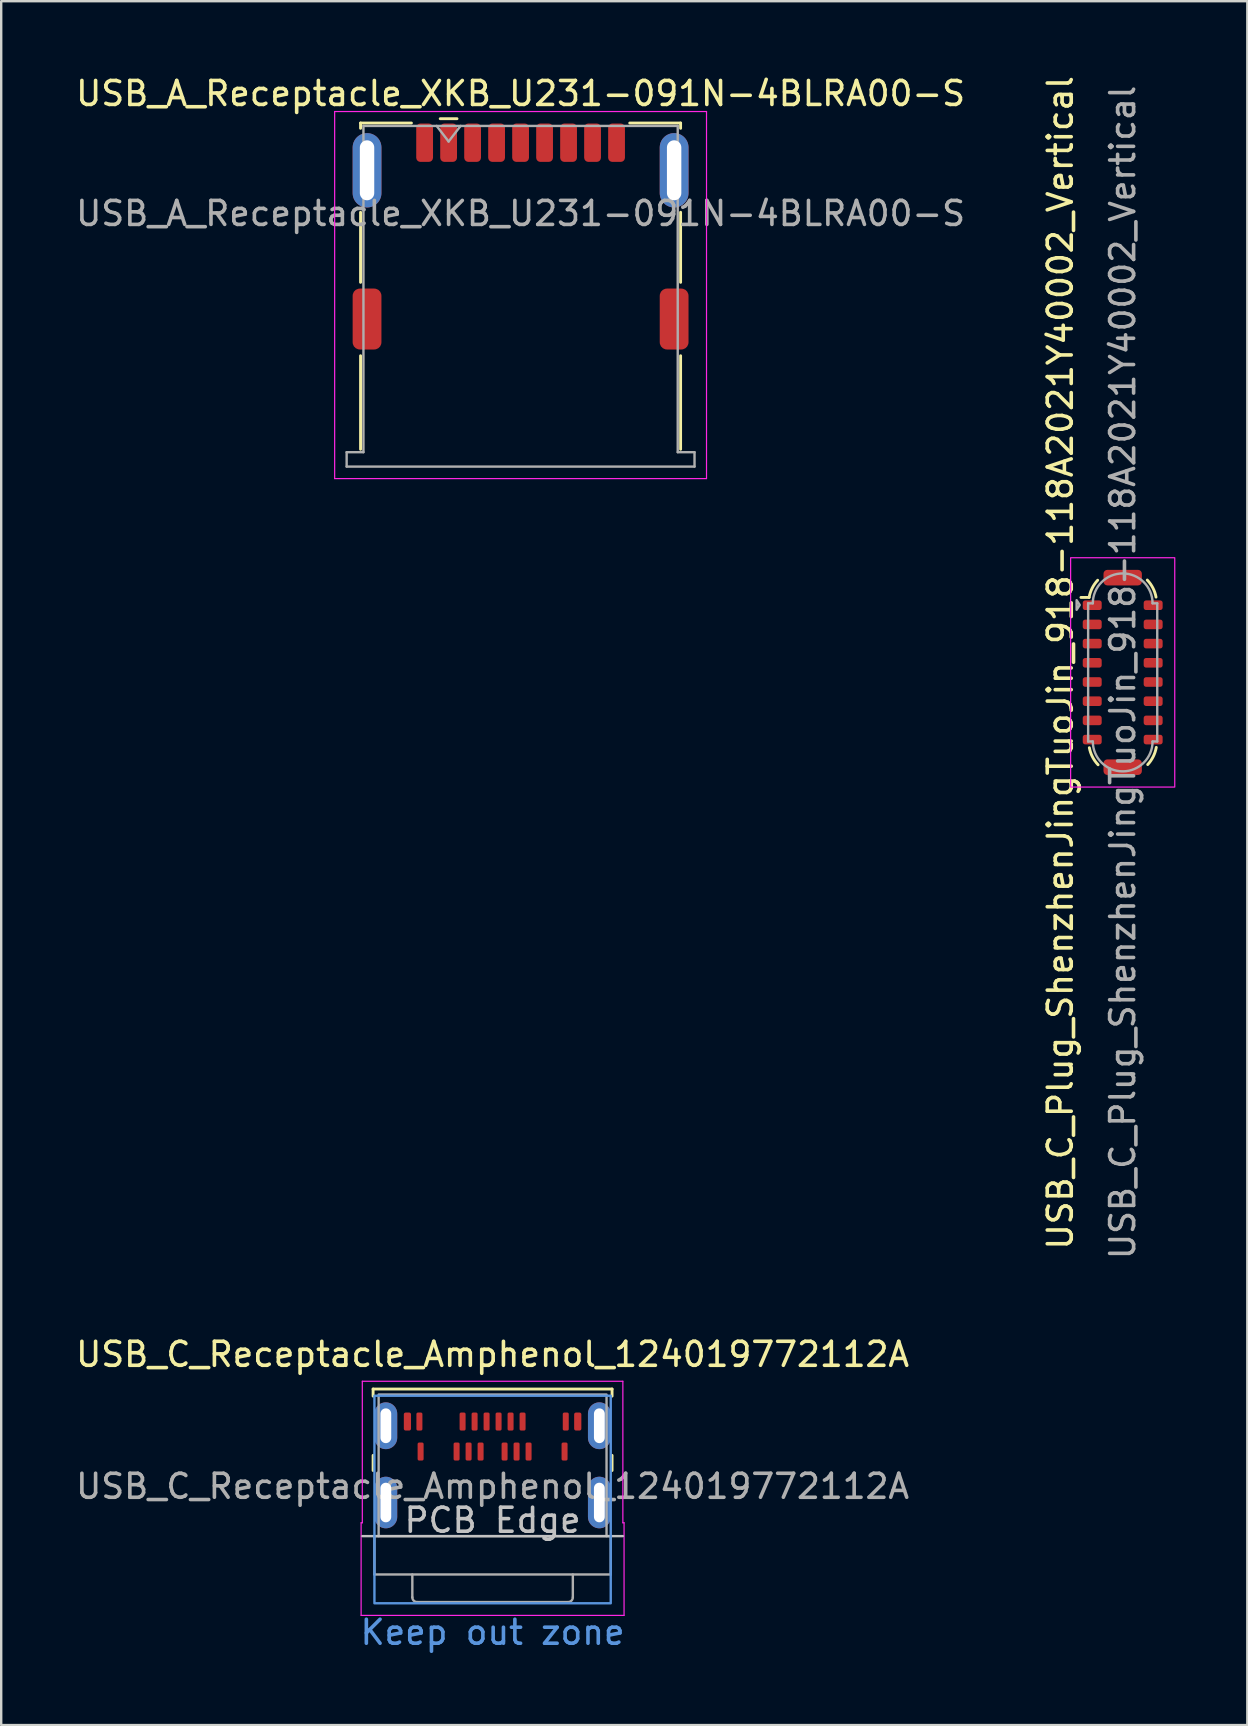
<source format=kicad_pcb>
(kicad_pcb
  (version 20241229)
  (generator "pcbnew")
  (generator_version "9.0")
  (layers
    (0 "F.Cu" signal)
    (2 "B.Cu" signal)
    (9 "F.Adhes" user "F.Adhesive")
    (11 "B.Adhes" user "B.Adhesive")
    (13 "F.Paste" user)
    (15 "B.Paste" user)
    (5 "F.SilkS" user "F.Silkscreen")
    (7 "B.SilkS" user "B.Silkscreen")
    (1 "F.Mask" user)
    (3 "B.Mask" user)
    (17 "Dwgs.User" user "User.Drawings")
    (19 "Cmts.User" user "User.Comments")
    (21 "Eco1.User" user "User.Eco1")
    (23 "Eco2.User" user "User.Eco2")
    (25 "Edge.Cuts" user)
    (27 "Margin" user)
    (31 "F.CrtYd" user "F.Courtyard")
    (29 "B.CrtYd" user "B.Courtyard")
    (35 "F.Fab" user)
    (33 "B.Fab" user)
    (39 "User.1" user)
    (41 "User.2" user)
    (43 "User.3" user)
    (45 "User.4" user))
  (footprint "USB_C_Plug_ShenzhenJingTuoJin_918-118A2021Y40002_Vertical"
    (layer "F.Cu")
    (at 43.746 24.977)
    (property "Reference" "USB_C_Plug_ShenzhenJingTuoJin_918-118A2021Y40002_Vertical" (at -2.6 -0.4 90) (unlocked yes) (layer "F.SilkS") (effects (font (size 1 1) (thickness 0.15))))
    (attr smd)
    (fp_line (start -1.74 -3.125) (end -1.4 -3.125) (stroke (width 0.12) (type default)) (layer "F.SilkS"))
    (fp_arc (start -1.4 -3.125) (mid -1.273005 -3.509002) (end -1.043045 -3.841725) (stroke (width 0.12) (type solid)) (layer "F.SilkS"))
    (fp_arc (start -1.025 3.85) (mid -1.258743 3.520613) (end -1.389879 3.138598) (stroke (width 0.12) (type solid)) (layer "F.SilkS"))
    (fp_arc (start 1.025 -3.85) (mid 1.258743 -3.520613) (end 1.389879 -3.138598) (stroke (width 0.12) (type solid)) (layer "F.SilkS"))
    (fp_arc (start 1.4 3.125) (mid 1.273005 3.509002) (end 1.043045 3.841725) (stroke (width 0.12) (type solid)) (layer "F.SilkS"))
    (fp_rect (start -2.17 4.78) (end 2.17 -4.78) (stroke (width 0.05) (type solid)) (fill no) (layer "F.CrtYd"))
    (fp_line (start -1.44 -2.88) (end -1.245 -2.88) (stroke (width 0.1) (type solid)) (layer "F.Fab"))
    (fp_line (start -1.44 2.88) (end -1.44 -2.88) (stroke (width 0.1) (type solid)) (layer "F.Fab"))
    (fp_line (start -1.245 2.88) (end -1.44 2.88) (stroke (width 0.1) (type solid)) (layer "F.Fab"))
    (fp_line (start 1.245 -2.88) (end 1.44 -2.88) (stroke (width 0.1) (type solid)) (layer "F.Fab"))
    (fp_line (start 1.44 -2.88) (end 1.44 2.88) (stroke (width 0.1) (type solid)) (layer "F.Fab"))
    (fp_line (start 1.44 2.88) (end 1.245 2.88) (stroke (width 0.1) (type solid)) (layer "F.Fab"))
    (fp_arc (start -1.245 -2.88) (mid 0 -4.125) (end 1.245 -2.88) (stroke (width 0.1) (type solid)) (layer "F.Fab"))
    (fp_arc (start 1.245 2.88) (mid 0 4.125) (end -1.245 2.88) (stroke (width 0.1) (type solid)) (layer "F.Fab"))
    (fp_poly (pts (xy -1.92 -3.01) (xy -1.79 -2.81) (xy -1.92 -2.61) (xy -1.92 -2.99)) (stroke (width 0.1) (type solid)) (fill no) (layer "F.Fab"))
    (fp_text user "${REFERENCE}" (at 0 0 90) (unlocked yes) (layer "F.Fab") (effects (font (size 1 1) (thickness 0.15))))
    (pad "A1" smd roundrect (at -1.27 -2.8 90) (size 0.4 0.79) (layers "F.Cu" "F.Mask" "F.Paste") (roundrect_rratio 0.25))
    (pad "A4" smd roundrect (at -1.27 -2 90) (size 0.4 0.79) (layers "F.Cu" "F.Mask" "F.Paste") (roundrect_rratio 0.25))
    (pad "A5" smd roundrect (at -1.27 -1.2 90) (size 0.4 0.79) (layers "F.Cu" "F.Mask" "F.Paste") (roundrect_rratio 0.25))
    (pad "A6" smd roundrect (at -1.27 -0.4 90) (size 0.4 0.79) (layers "F.Cu" "F.Mask" "F.Paste") (roundrect_rratio 0.25))
    (pad "A7" smd roundrect (at -1.27 0.4 90) (size 0.4 0.79) (layers "F.Cu" "F.Mask" "F.Paste") (roundrect_rratio 0.25))
    (pad "A8" smd roundrect (at -1.27 1.2 90) (size 0.4 0.79) (layers "F.Cu" "F.Mask" "F.Paste") (roundrect_rratio 0.25))
    (pad "A9" smd roundrect (at -1.27 2 90) (size 0.4 0.79) (layers "F.Cu" "F.Mask" "F.Paste") (roundrect_rratio 0.25))
    (pad "A12" smd roundrect (at -1.27 2.8 90) (size 0.4 0.79) (layers "F.Cu" "F.Mask" "F.Paste") (roundrect_rratio 0.25))
    (pad "B1" smd roundrect (at 1.27 2.8 90) (size 0.4 0.79) (layers "F.Cu" "F.Mask" "F.Paste") (roundrect_rratio 0.25))
    (pad "B4" smd roundrect (at 1.27 2 90) (size 0.4 0.79) (layers "F.Cu" "F.Mask" "F.Paste") (roundrect_rratio 0.25))
    (pad "B5" smd roundrect (at 1.27 1.2 90) (size 0.4 0.79) (layers "F.Cu" "F.Mask" "F.Paste") (roundrect_rratio 0.25))
    (pad "B6" smd roundrect (at 1.27 0.4 90) (size 0.4 0.79) (layers "F.Cu" "F.Mask" "F.Paste") (roundrect_rratio 0.25))
    (pad "B7" smd roundrect (at 1.27 -0.4 90) (size 0.4 0.79) (layers "F.Cu" "F.Mask" "F.Paste") (roundrect_rratio 0.25))
    (pad "B8" smd roundrect (at 1.27 -1.2 90) (size 0.4 0.79) (layers "F.Cu" "F.Mask" "F.Paste") (roundrect_rratio 0.25))
    (pad "B9" smd roundrect (at 1.27 -2 90) (size 0.4 0.79) (layers "F.Cu" "F.Mask" "F.Paste") (roundrect_rratio 0.25))
    (pad "B12" smd roundrect (at 1.27 -2.8 90) (size 0.4 0.79) (layers "F.Cu" "F.Mask" "F.Paste") (roundrect_rratio 0.25))
    (pad "SH" smd roundrect (at 0 -3.95 90) (size 0.65 1.6) (layers "F.Cu" "F.Mask" "F.Paste") (roundrect_rratio 0.25))
    (pad "SH" smd roundrect (at 0 3.95 90) (size 0.65 1.6) (layers "F.Cu" "F.Mask" "F.Paste") (roundrect_rratio 0.25)))
  (footprint "USB_C_Receptacle_Amphenol_124019772112A"
    (layer "F.Cu")
    (at 17.482 59.403)
    (property "Reference" "USB_C_Receptacle_Amphenol_124019772112A" (at 0 -6 0) (unlocked yes) (layer "F.SilkS") (effects (font (size 1 1) (thickness 0.15))))
    (attr smd)
    (fp_line (start -4.98 -4.555) (end -4.98 -4.26) (stroke (width 0.12) (type default)) (layer "F.SilkS"))
    (fp_line (start -4.98 -1.16) (end -4.98 -1.79) (stroke (width 0.12) (type default)) (layer "F.SilkS"))
    (fp_line (start 4.98 -4.555) (end -4.98 -4.555) (stroke (width 0.12) (type default)) (layer "F.SilkS"))
    (fp_line (start 4.98 -4.26) (end 4.98 -4.555) (stroke (width 0.12) (type default)) (layer "F.SilkS"))
    (fp_line (start 4.98 -1.16) (end 4.98 -1.79) (stroke (width 0.12) (type default)) (layer "F.SilkS"))
    (fp_line (start -5.43 1.575) (end 5.43 1.575) (stroke (width 0.1) (type default)) (layer "Dwgs.User"))
    (fp_rect (start -4.925 -4.275) (end 4.925 4.375) (stroke (width 0.1) (type default)) (fill no) (layer "Cmts.User"))
    (fp_line (start -5.48 1.02) (end -5.43 1.02) (stroke (width 0.05) (type default)) (layer "F.CrtYd"))
    (fp_line (start -5.48 4.88) (end -5.48 1.02) (stroke (width 0.05) (type default)) (layer "F.CrtYd"))
    (fp_line (start -5.43 -4.88) (end 5.43 -4.88) (stroke (width 0.05) (type default)) (layer "F.CrtYd"))
    (fp_line (start -5.43 1.02) (end -5.43 -4.88) (stroke (width 0.05) (type default)) (layer "F.CrtYd"))
    (fp_line (start 5.43 -4.88) (end 5.43 1.02) (stroke (width 0.05) (type default)) (layer "F.CrtYd"))
    (fp_line (start 5.43 1.02) (end 5.48 1.02) (stroke (width 0.05) (type default)) (layer "F.CrtYd"))
    (fp_line (start 5.48 1.02) (end 5.48 4.88) (stroke (width 0.05) (type default)) (layer "F.CrtYd"))
    (fp_line (start 5.48 4.88) (end -5.48 4.88) (stroke (width 0.05) (type default)) (layer "F.CrtYd"))
    (fp_line (start -4.925 1.575) (end -4.75 1.575) (stroke (width 0.1) (type default)) (layer "F.Fab"))
    (fp_line (start -4.925 3.175) (end -4.925 1.575) (stroke (width 0.1) (type default)) (layer "F.Fab"))
    (fp_line (start -4.925 3.175) (end 4.925 3.175) (stroke (width 0.1) (type default)) (layer "F.Fab"))
    (fp_line (start -3.345 3.175) (end -3.345 4.125) (stroke (width 0.1) (type default)) (layer "F.Fab"))
    (fp_line (start -3.145 4.325) (end 3.145 4.325) (stroke (width 0.1) (type default)) (layer "F.Fab"))
    (fp_line (start 3.345 4.125) (end 3.345 3.175) (stroke (width 0.1) (type default)) (layer "F.Fab"))
    (fp_line (start 4.925 1.575) (end 4.75 1.575) (stroke (width 0.1) (type default)) (layer "F.Fab"))
    (fp_line (start 4.925 3.175) (end 4.925 1.575) (stroke (width 0.1) (type default)) (layer "F.Fab"))
    (fp_rect (start -4.75 -4.325) (end 4.75 1.575) (stroke (width 0.1) (type default)) (fill no) (layer "F.Fab"))
    (fp_arc (start -3.145 4.325) (mid -3.286421 4.266421) (end -3.345 4.125) (stroke (width 0.1) (type default)) (layer "F.Fab"))
    (fp_arc (start 3.345 4.125) (mid 3.286421 4.266421) (end 3.145 4.325) (stroke (width 0.1) (type default)) (layer "F.Fab"))
    (fp_text user "PCB Edge" (at 0 1.5 0) (unlocked yes) (layer "Dwgs.User") (effects (font (size 1 1) (thickness 0.15)) (justify bottom)))
    (fp_text user "Keep out zone" (at 0 5 0) (unlocked yes) (layer "Cmts.User") (effects (font (size 1 1) (thickness 0.15)) (justify top)))
    (fp_text user "${REFERENCE}" (at 0 -0.5 0) (unlocked yes) (layer "F.Fab") (effects (font (size 1 1) (thickness 0.15))))
    (pad "A1" smd roundrect (at -3.55 -3.2) (size 0.3 0.75) (layers "F.Cu" "F.Mask" "F.Paste") (roundrect_rratio 0.25))
    (pad "A1" smd roundrect (at -3.05 -3.2) (size 0.25 0.75) (layers "F.Cu" "F.Mask" "F.Paste") (roundrect_rratio 0.25))
    (pad "A1" smd roundrect (at 3.55 -3.2) (size 0.3 0.75) (layers "F.Cu" "F.Mask" "F.Paste") (roundrect_rratio 0.25))
    (pad "A4" smd roundrect (at -1.25 -3.2) (size 0.25 0.75) (layers "F.Cu" "F.Mask" "F.Paste") (roundrect_rratio 0.25))
    (pad "A5" smd roundrect (at -0.75 -3.2) (size 0.25 0.75) (layers "F.Cu" "F.Mask" "F.Paste") (roundrect_rratio 0.25))
    (pad "A6" smd roundrect (at -0.25 -3.2) (size 0.25 0.75) (layers "F.Cu" "F.Mask" "F.Paste") (roundrect_rratio 0.25))
    (pad "A7" smd roundrect (at 0.25 -3.2) (size 0.25 0.75) (layers "F.Cu" "F.Mask" "F.Paste") (roundrect_rratio 0.25))
    (pad "A8" smd roundrect (at 0.75 -3.2) (size 0.25 0.75) (layers "F.Cu" "F.Mask" "F.Paste") (roundrect_rratio 0.25))
    (pad "A9" smd roundrect (at 1.25 -3.2) (size 0.25 0.75) (layers "F.Cu" "F.Mask" "F.Paste") (roundrect_rratio 0.25))
    (pad "A12" smd roundrect (at 3.05 -3.2) (size 0.25 0.75) (layers "F.Cu" "F.Mask" "F.Paste") (roundrect_rratio 0.25))
    (pad "B1" smd roundrect (at 3 -1.95) (size 0.25 0.75) (layers "F.Cu" "F.Mask" "F.Paste") (roundrect_rratio 0.25))
    (pad "B4" smd roundrect (at 1.5 -1.95) (size 0.25 0.75) (layers "F.Cu" "F.Mask" "F.Paste") (roundrect_rratio 0.25))
    (pad "B5" smd roundrect (at 1 -1.95) (size 0.25 0.75) (layers "F.Cu" "F.Mask" "F.Paste") (roundrect_rratio 0.25))
    (pad "B6" smd roundrect (at 0.5 -1.95) (size 0.25 0.75) (layers "F.Cu" "F.Mask" "F.Paste") (roundrect_rratio 0.25))
    (pad "B7" smd roundrect (at -0.5 -1.95) (size 0.25 0.75) (layers "F.Cu" "F.Mask" "F.Paste") (roundrect_rratio 0.25))
    (pad "B8" smd roundrect (at -1 -1.95) (size 0.25 0.75) (layers "F.Cu" "F.Mask" "F.Paste") (roundrect_rratio 0.25))
    (pad "B9" smd roundrect (at -1.5 -1.95) (size 0.25 0.75) (layers "F.Cu" "F.Mask" "F.Paste") (roundrect_rratio 0.25))
    (pad "B12" smd roundrect (at -3 -1.95) (size 0.25 0.75) (layers "F.Cu" "F.Mask" "F.Paste") (roundrect_rratio 0.25))
    (pad "S1" thru_hole oval (at -4.45 -3.025) (size 0.95 1.95) (drill oval 0.45 1.45) (property pad_prop_heatsink) (layers "*.Cu" "*.Mask"))
    (pad "S1" thru_hole oval (at -4.45 0.175) (size 0.95 2.15) (drill oval 0.45 1.65) (property pad_prop_heatsink) (layers "*.Cu" "*.Mask"))
    (pad "S1" thru_hole oval (at 4.45 -3.025) (size 0.95 1.95) (drill oval 0.45 1.45) (property pad_prop_heatsink) (layers "*.Cu" "*.Mask"))
    (pad "S1" thru_hole oval (at 4.45 0.175) (size 0.95 2.15) (drill oval 0.45 1.65) (property pad_prop_heatsink) (layers "*.Cu" "*.Mask")))
  (footprint "USB_A_Receptacle_XKB_U231-091N-4BLRA00-S"
    (layer "F.Cu")
    (at 18.649 9.298)
    (property "Reference" "USB_A_Receptacle_XKB_U231-091N-4BLRA00-S" (at 0 -8.45 0) (layer "F.SilkS") (effects (font (size 1 1) (thickness 0.15))))
    (attr smd)
    (fp_line (start -6.67 -7.22) (end -4.55 -7.22) (stroke (width 0.12) (type solid)) (layer "F.SilkS"))
    (fp_line (start -6.67 -7) (end -6.67 -7.22) (stroke (width 0.12) (type solid)) (layer "F.SilkS"))
    (fp_line (start -6.67 -3.5) (end -6.67 -0.58) (stroke (width 0.12) (type solid)) (layer "F.SilkS"))
    (fp_line (start -6.67 2.48) (end -6.67 6.38) (stroke (width 0.12) (type default)) (layer "F.SilkS"))
    (fp_line (start -3.35 -7.4) (end -2.65 -7.4) (stroke (width 0.12) (type solid)) (layer "F.SilkS"))
    (fp_line (start 4.55 -7.22) (end 6.67 -7.22) (stroke (width 0.12) (type solid)) (layer "F.SilkS"))
    (fp_line (start 6.67 -7.22) (end 6.67 -7) (stroke (width 0.12) (type solid)) (layer "F.SilkS"))
    (fp_line (start 6.67 -3.5) (end 6.67 -0.58) (stroke (width 0.12) (type solid)) (layer "F.SilkS"))
    (fp_line (start 6.67 2.48) (end 6.67 6.38) (stroke (width 0.12) (type default)) (layer "F.SilkS"))
    (fp_line (start -7.75 -7.7) (end -7.75 7.6) (stroke (width 0.05) (type solid)) (layer "F.CrtYd"))
    (fp_line (start -7.75 7.6) (end 7.75 7.6) (stroke (width 0.05) (type solid)) (layer "F.CrtYd"))
    (fp_line (start 7.75 -7.7) (end -7.75 -7.7) (stroke (width 0.05) (type solid)) (layer "F.CrtYd"))
    (fp_line (start 7.75 7.6) (end 7.75 -7.7) (stroke (width 0.05) (type solid)) (layer "F.CrtYd"))
    (fp_line (start -7.25 6.5) (end -7.25 7.1) (stroke (width 0.1) (type solid)) (layer "F.Fab"))
    (fp_line (start -7.25 7.1) (end 7.25 7.1) (stroke (width 0.1) (type solid)) (layer "F.Fab"))
    (fp_line (start -6.55 -7.1) (end -6.55 6.5) (stroke (width 0.1) (type solid)) (layer "F.Fab"))
    (fp_line (start -6.55 6.5) (end -7.25 6.5) (stroke (width 0.1) (type solid)) (layer "F.Fab"))
    (fp_line (start -3.5 -7.1) (end -3 -6.45) (stroke (width 0.1) (type solid)) (layer "F.Fab"))
    (fp_line (start -3 -6.45) (end -2.5 -7.1) (stroke (width 0.1) (type solid)) (layer "F.Fab"))
    (fp_line (start 6.55 -7.1) (end -6.55 -7.1) (stroke (width 0.1) (type solid)) (layer "F.Fab"))
    (fp_line (start 6.55 6.5) (end 6.55 -7.1) (stroke (width 0.1) (type solid)) (layer "F.Fab"))
    (fp_line (start 6.55 6.5) (end 7.25 6.5) (stroke (width 0.1) (type solid)) (layer "F.Fab"))
    (fp_line (start 7.25 6.5) (end 7.25 7.1) (stroke (width 0.1) (type solid)) (layer "F.Fab"))
    (fp_text user "${REFERENCE}" (at 0 -3.45 0) (layer "F.Fab") (effects (font (size 1 1) (thickness 0.15))))
    (pad "1" smd roundrect (at -3 -6.4) (size 0.7 1.6) (layers "F.Cu" "F.Mask" "F.Paste") (roundrect_rratio 0.25))
    (pad "2" smd roundrect (at -1 -6.4) (size 0.7 1.6) (layers "F.Cu" "F.Mask" "F.Paste") (roundrect_rratio 0.25))
    (pad "3" smd roundrect (at 1 -6.4) (size 0.7 1.6) (layers "F.Cu" "F.Mask" "F.Paste") (roundrect_rratio 0.25))
    (pad "4" smd roundrect (at 3 -6.4) (size 0.7 1.6) (layers "F.Cu" "F.Mask" "F.Paste") (roundrect_rratio 0.25))
    (pad "5" smd roundrect (at 4 -6.4) (size 0.7 1.6) (layers "F.Cu" "F.Mask" "F.Paste") (roundrect_rratio 0.25))
    (pad "6" smd roundrect (at 2 -6.4) (size 0.7 1.6) (layers "F.Cu" "F.Mask" "F.Paste") (roundrect_rratio 0.25))
    (pad "7" smd roundrect (at 0 -6.4) (size 0.7 1.6) (layers "F.Cu" "F.Mask" "F.Paste") (roundrect_rratio 0.25))
    (pad "8" smd roundrect (at -2 -6.4) (size 0.7 1.6) (layers "F.Cu" "F.Mask" "F.Paste") (roundrect_rratio 0.25))
    (pad "9" smd roundrect (at -4 -6.4) (size 0.7 1.6) (layers "F.Cu" "F.Mask" "F.Paste") (roundrect_rratio 0.25))
    (pad "SH" thru_hole oval (at -6.4 -5.25) (size 1.2 3.1) (drill oval 0.6 2.5) (property pad_prop_mechanical) (layers "*.Cu" "*.Mask"))
    (pad "SH" smd roundrect (at -6.4 0.95) (size 1.2 2.54) (layers "F.Cu" "F.Mask" "F.Paste") (roundrect_rratio 0.25))
    (pad "SH" thru_hole oval (at 6.4 -5.25) (size 1.2 3.1) (drill oval 0.6 2.5) (property pad_prop_mechanical) (layers "*.Cu" "*.Mask"))
    (pad "SH" smd roundrect (at 6.4 0.95) (size 1.2 2.54) (layers "F.Cu" "F.Mask" "F.Paste") (roundrect_rratio 0.25)))
  (gr_rect
    (start -3 -3)
    (end 48.941 68.853)
    (stroke (width 0.1) (type default))
    (fill no)
    (layer "Edge.Cuts")))
</source>
